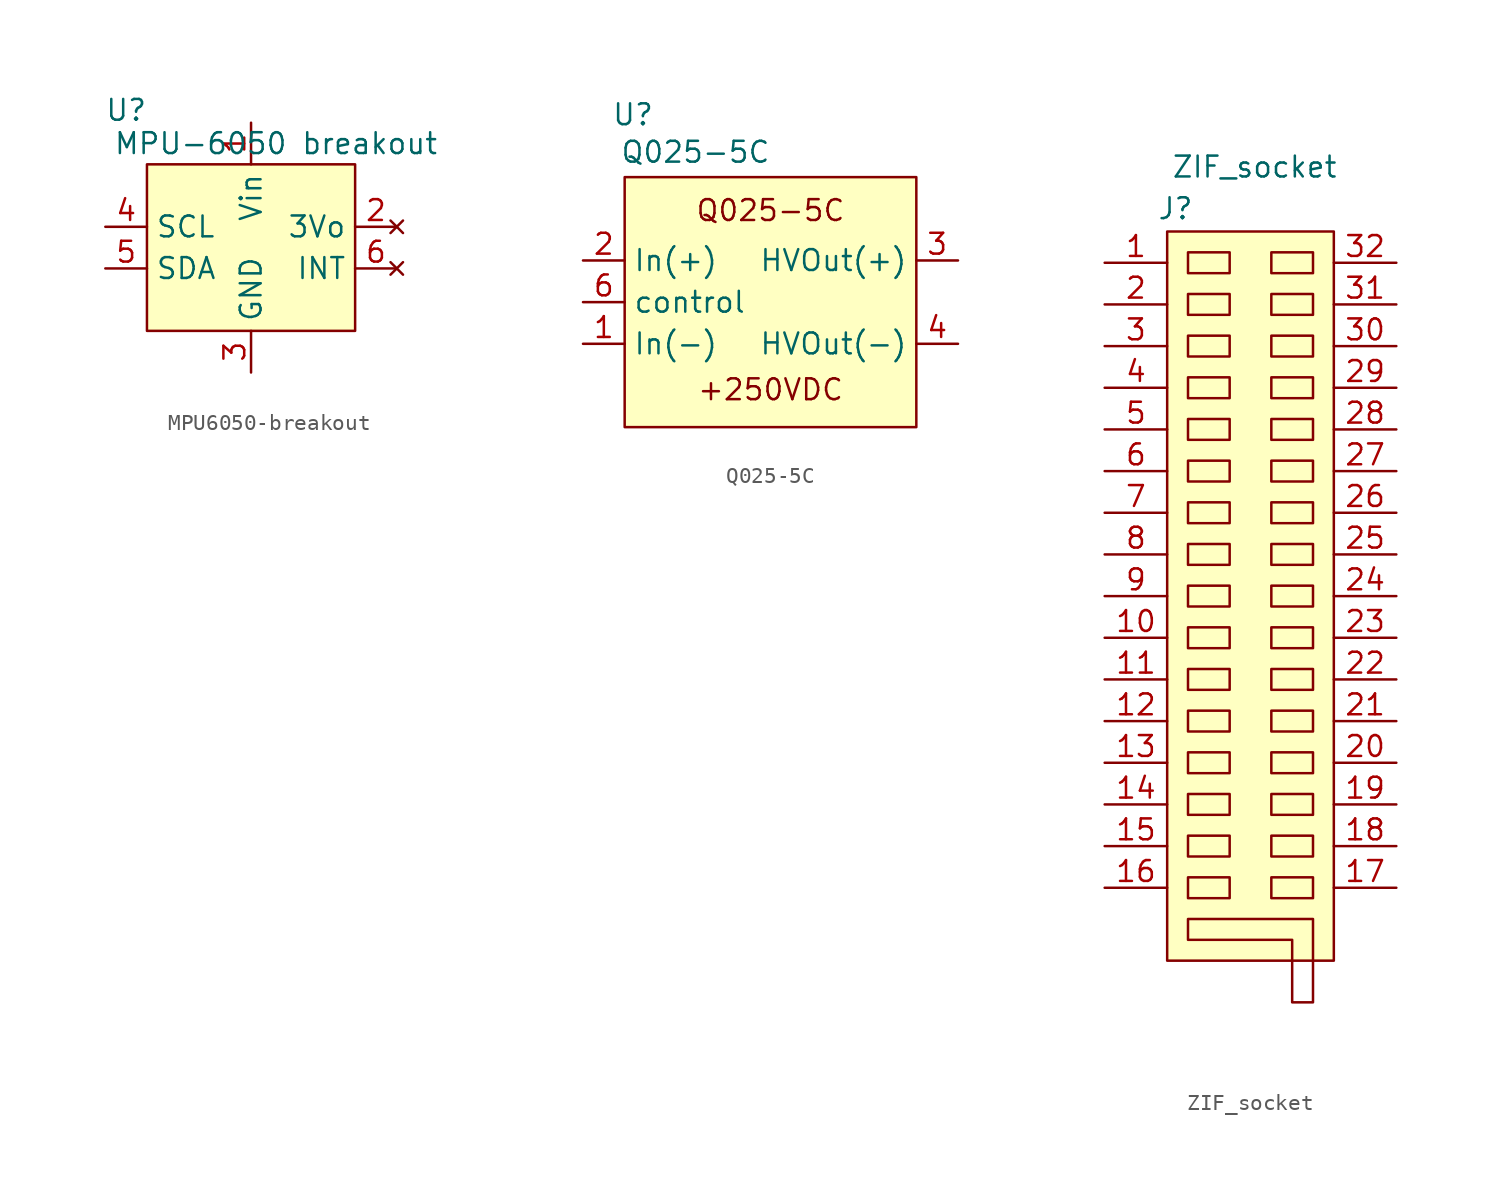
<source format=kicad_sym>
(kicad_symbol_lib
  (version 20231120)
  (generator "kicad_symbol_editor")
  (generator_version "8.0")
  (symbol "MPU6050-breakout"
    (property "Reference" "U"
      (at -7.62 8.382 0)
      (effects (font (size 1.27 1.27))))
    (property "Value" "MPU-6050 breakout"
      (at 1.524 6.35 0)
      (effects (font (size 1.27 1.27))))
    (symbol "MPU6050-breakout_1_1"
      (rectangle (start -6.35 5.08) (end 6.35 -5.08) (stroke (width 0) (type default)) (fill (type background)))
      (pin power_in line (at 0 7.62 270) (length 2.54) (name "Vin" (effects (font (size 1.27 1.27)))) (number "1" (effects (font (size 1.27 1.27)))))
      (pin no_connect line (at 8.89 1.27 180) (length 2.54) (name "3Vo" (effects (font (size 1.27 1.27)))) (number "2" (effects (font (size 1.27 1.27)))))
      (pin power_in line (at 0 -7.62 90) (length 2.54) (name "GND" (effects (font (size 1.27 1.27)))) (number "3" (effects (font (size 1.27 1.27)))))
      (pin input line (at -8.89 1.27 0) (length 2.54) (name "SCL" (effects (font (size 1.27 1.27)))) (number "4" (effects (font (size 1.27 1.27)))))
      (pin input line (at -8.89 -1.27 0) (length 2.54) (name "SDA" (effects (font (size 1.27 1.27)))) (number "5" (effects (font (size 1.27 1.27)))))
      (pin no_connect line (at 8.89 -1.27 180) (length 2.54) (name "INT" (effects (font (size 1.27 1.27)))) (number "6" (effects (font (size 1.27 1.27)))))))
  (symbol "Q025-5C"
    (property "Reference" "U"
      (at -8.382 11.43 0)
      (effects (font (size 1.27 1.27))))
    (property "Value" "Q025-5C"
      (at -4.572 9.144 0)
      (effects (font (size 1.27 1.27))))
    (symbol "Q025-5C_1_1"
      (rectangle (start -8.89 7.62) (end 8.89 -7.62) (stroke (width 0) (type default)) (fill (type background)))
      (text "+250VDC" (at 0 -5.334 0) (effects (font (size 1.27 1.27))))
      (text "Q025-5C" (at 0 5.588 0) (effects (font (size 1.27 1.27))))
      (pin power_in line (at -11.43 -2.54 0) (length 2.54) (name "In(-)" (effects (font (size 1.27 1.27)))) (number "1" (effects (font (size 1.27 1.27)))))
      (pin power_in line (at -11.43 2.54 0) (length 2.54) (name "In(+)" (effects (font (size 1.27 1.27)))) (number "2" (effects (font (size 1.27 1.27)))))
      (pin power_out line (at 11.43 2.54 180) (length 2.54) (name "HVOut(+)" (effects (font (size 1.27 1.27)))) (number "3" (effects (font (size 1.27 1.27)))))
      (pin power_out line (at 11.43 -2.54 180) (length 2.54) (name "HVOut(-)" (effects (font (size 1.27 1.27)))) (number "4" (effects (font (size 1.27 1.27)))))
      (pin input line (at -11.43 0 0) (length 2.54) (name "control" (effects (font (size 1.27 1.27)))) (number "6" (effects (font (size 1.27 1.27)))))))
  (symbol "ZIF_socket"
    (pin_names
      (offset 1.016) hide)
    (property "Reference" "J"
      (at -4.572 22.352 0)
      (effects (font (size 1.27 1.27))))
    (property "Value" "ZIF_socket"
      (at 0.254 24.892 0)
      (effects (font (size 1.27 1.27))))
    (symbol "ZIF_socket_0_1"
      (rectangle (start -3.81 -18.415) (end -1.27 -19.685) (stroke (width 0) (type default)) (fill (type none)))
      (rectangle (start -3.81 -15.875) (end -1.27 -17.145) (stroke (width 0) (type default)) (fill (type none)))
      (rectangle (start -3.81 -13.335) (end -1.27 -14.605) (stroke (width 0) (type default)) (fill (type none)))
      (rectangle (start -3.81 -10.795) (end -1.27 -12.065) (stroke (width 0) (type default)) (fill (type none)))
      (rectangle (start -3.81 -8.255) (end -1.27 -9.525) (stroke (width 0) (type default)) (fill (type none)))
      (rectangle (start -3.81 -5.715) (end -1.27 -6.985) (stroke (width 0) (type default)) (fill (type none)))
      (rectangle (start -3.81 -3.175) (end -1.27 -4.445) (stroke (width 0) (type default)) (fill (type none)))
      (rectangle (start -3.81 -0.635) (end -1.27 -1.905) (stroke (width 0) (type default)) (fill (type none)))
      (rectangle (start -3.81 1.905) (end -1.27 0.635) (stroke (width 0) (type default)) (fill (type none)))
      (rectangle (start -3.81 4.445) (end -1.27 3.175) (stroke (width 0) (type default)) (fill (type none)))
      (rectangle (start -3.81 6.985) (end -1.27 5.715) (stroke (width 0) (type default)) (fill (type none)))
      (rectangle (start -3.81 9.525) (end -1.27 8.255) (stroke (width 0) (type default)) (fill (type none)))
      (rectangle (start -3.81 12.065) (end -1.27 10.795) (stroke (width 0) (type default)) (fill (type none)))
      (rectangle (start -3.81 14.605) (end -1.27 13.335) (stroke (width 0) (type default)) (fill (type none)))
      (rectangle (start -3.81 17.145) (end -1.27 15.875) (stroke (width 0) (type default)) (fill (type none)))
      (rectangle (start -3.81 19.685) (end -1.27 18.415) (stroke (width 0) (type default)) (fill (type none)))
      (polyline (pts (xy -3.81 -20.955) (xy -3.81 -22.225) (xy 2.54 -22.225) (xy 2.54 -26.035) (xy 3.81 -26.035) (xy 3.81 -20.955) (xy -3.81 -20.955)) (stroke (width 0) (type default)) (fill (type none)))
      (rectangle (start 1.27 -18.415) (end 3.81 -19.685) (stroke (width 0) (type default)) (fill (type none)))
      (rectangle (start 1.27 -15.875) (end 3.81 -17.145) (stroke (width 0) (type default)) (fill (type none)))
      (rectangle (start 1.27 -13.335) (end 3.81 -14.605) (stroke (width 0) (type default)) (fill (type none)))
      (rectangle (start 1.27 -10.795) (end 3.81 -12.065) (stroke (width 0) (type default)) (fill (type none)))
      (rectangle (start 1.27 -8.255) (end 3.81 -9.525) (stroke (width 0) (type default)) (fill (type none)))
      (rectangle (start 1.27 -5.715) (end 3.81 -6.985) (stroke (width 0) (type default)) (fill (type none)))
      (rectangle (start 1.27 -3.175) (end 3.81 -4.445) (stroke (width 0) (type default)) (fill (type none)))
      (rectangle (start 1.27 -0.635) (end 3.81 -1.905) (stroke (width 0) (type default)) (fill (type none)))
      (rectangle (start 1.27 1.905) (end 3.81 0.635) (stroke (width 0) (type default)) (fill (type none)))
      (rectangle (start 1.27 4.445) (end 3.81 3.175) (stroke (width 0) (type default)) (fill (type none)))
      (rectangle (start 1.27 6.985) (end 3.81 5.715) (stroke (width 0) (type default)) (fill (type none)))
      (rectangle (start 1.27 9.525) (end 3.81 8.255) (stroke (width 0) (type default)) (fill (type none)))
      (rectangle (start 1.27 12.065) (end 3.81 10.795) (stroke (width 0) (type default)) (fill (type none)))
      (rectangle (start 1.27 14.605) (end 3.81 13.335) (stroke (width 0) (type default)) (fill (type none)))
      (rectangle (start 1.27 17.145) (end 3.81 15.875) (stroke (width 0) (type default)) (fill (type none)))
      (rectangle (start 1.27 19.685) (end 3.81 18.415) (stroke (width 0) (type default)) (fill (type none))))
    (symbol "ZIF_socket_1_1"
      (rectangle (start -5.08 20.955) (end 5.08 -23.495) (stroke (width 0) (type default)) (fill (type background)))
      (pin passive line (at -8.89 19.05 0) (length 3.81) (name "Pin_1" (effects (font (size 1.27 1.27)))) (number "1" (effects (font (size 1.27 1.27)))))
      (pin passive line (at -8.89 -3.81 0) (length 3.81) (name "Pin_10" (effects (font (size 1.27 1.27)))) (number "10" (effects (font (size 1.27 1.27)))))
      (pin passive line (at -8.89 -6.35 0) (length 3.81) (name "Pin_11" (effects (font (size 1.27 1.27)))) (number "11" (effects (font (size 1.27 1.27)))))
      (pin passive line (at -8.89 -8.89 0) (length 3.81) (name "Pin_12" (effects (font (size 1.27 1.27)))) (number "12" (effects (font (size 1.27 1.27)))))
      (pin passive line (at -8.89 -11.43 0) (length 3.81) (name "Pin_13" (effects (font (size 1.27 1.27)))) (number "13" (effects (font (size 1.27 1.27)))))
      (pin passive line (at -8.89 -13.97 0) (length 3.81) (name "Pin_14" (effects (font (size 1.27 1.27)))) (number "14" (effects (font (size 1.27 1.27)))))
      (pin passive line (at -8.89 -16.51 0) (length 3.81) (name "Pin_15" (effects (font (size 1.27 1.27)))) (number "15" (effects (font (size 1.27 1.27)))))
      (pin passive line (at -8.89 -19.05 0) (length 3.81) (name "Pin_16" (effects (font (size 1.27 1.27)))) (number "16" (effects (font (size 1.27 1.27)))))
      (pin passive line (at 8.89 -19.05 180) (length 3.81) (name "" (effects (font (size 1.27 1.27)))) (number "17" (effects (font (size 1.27 1.27)))))
      (pin passive line (at 8.89 -16.51 180) (length 3.81) (name "" (effects (font (size 1.27 1.27)))) (number "18" (effects (font (size 1.27 1.27)))))
      (pin passive line (at 8.89 -13.97 180) (length 3.81) (name "" (effects (font (size 1.27 1.27)))) (number "19" (effects (font (size 1.27 1.27)))))
      (pin passive line (at -8.89 16.51 0) (length 3.81) (name "Pin_2" (effects (font (size 1.27 1.27)))) (number "2" (effects (font (size 1.27 1.27)))))
      (pin passive line (at 8.89 -11.43 180) (length 3.81) (name "" (effects (font (size 1.27 1.27)))) (number "20" (effects (font (size 1.27 1.27)))))
      (pin passive line (at 8.89 -8.89 180) (length 3.81) (name "" (effects (font (size 1.27 1.27)))) (number "21" (effects (font (size 1.27 1.27)))))
      (pin passive line (at 8.89 -6.35 180) (length 3.81) (name "" (effects (font (size 1.27 1.27)))) (number "22" (effects (font (size 1.27 1.27)))))
      (pin passive line (at 8.89 -3.81 180) (length 3.81) (name "" (effects (font (size 1.27 1.27)))) (number "23" (effects (font (size 1.27 1.27)))))
      (pin passive line (at 8.89 -1.27 180) (length 3.81) (name "" (effects (font (size 1.27 1.27)))) (number "24" (effects (font (size 1.27 1.27)))))
      (pin passive line (at 8.89 1.27 180) (length 3.81) (name "" (effects (font (size 1.27 1.27)))) (number "25" (effects (font (size 1.27 1.27)))))
      (pin passive line (at 8.89 3.81 180) (length 3.81) (name "" (effects (font (size 1.27 1.27)))) (number "26" (effects (font (size 1.27 1.27)))))
      (pin passive line (at 8.89 6.35 180) (length 3.81) (name "" (effects (font (size 1.27 1.27)))) (number "27" (effects (font (size 1.27 1.27)))))
      (pin passive line (at 8.89 8.89 180) (length 3.81) (name "" (effects (font (size 1.27 1.27)))) (number "28" (effects (font (size 1.27 1.27)))))
      (pin passive line (at 8.89 11.43 180) (length 3.81) (name "" (effects (font (size 1.27 1.27)))) (number "29" (effects (font (size 1.27 1.27)))))
      (pin passive line (at -8.89 13.97 0) (length 3.81) (name "Pin_3" (effects (font (size 1.27 1.27)))) (number "3" (effects (font (size 1.27 1.27)))))
      (pin passive line (at 8.89 13.97 180) (length 3.81) (name "" (effects (font (size 1.27 1.27)))) (number "30" (effects (font (size 1.27 1.27)))))
      (pin passive line (at 8.89 16.51 180) (length 3.81) (name "" (effects (font (size 1.27 1.27)))) (number "31" (effects (font (size 1.27 1.27)))))
      (pin passive line (at 8.89 19.05 180) (length 3.81) (name "" (effects (font (size 1.27 1.27)))) (number "32" (effects (font (size 1.27 1.27)))))
      (pin passive line (at -8.89 11.43 0) (length 3.81) (name "Pin_4" (effects (font (size 1.27 1.27)))) (number "4" (effects (font (size 1.27 1.27)))))
      (pin passive line (at -8.89 8.89 0) (length 3.81) (name "Pin_5" (effects (font (size 1.27 1.27)))) (number "5" (effects (font (size 1.27 1.27)))))
      (pin passive line (at -8.89 6.35 0) (length 3.81) (name "Pin_6" (effects (font (size 1.27 1.27)))) (number "6" (effects (font (size 1.27 1.27)))))
      (pin passive line (at -8.89 3.81 0) (length 3.81) (name "Pin_7" (effects (font (size 1.27 1.27)))) (number "7" (effects (font (size 1.27 1.27)))))
      (pin passive line (at -8.89 1.27 0) (length 3.81) (name "Pin_8" (effects (font (size 1.27 1.27)))) (number "8" (effects (font (size 1.27 1.27)))))
      (pin passive line (at -8.89 -1.27 0) (length 3.81) (name "Pin_9" (effects (font (size 1.27 1.27)))) (number "9" (effects (font (size 1.27 1.27))))))))
</source>
